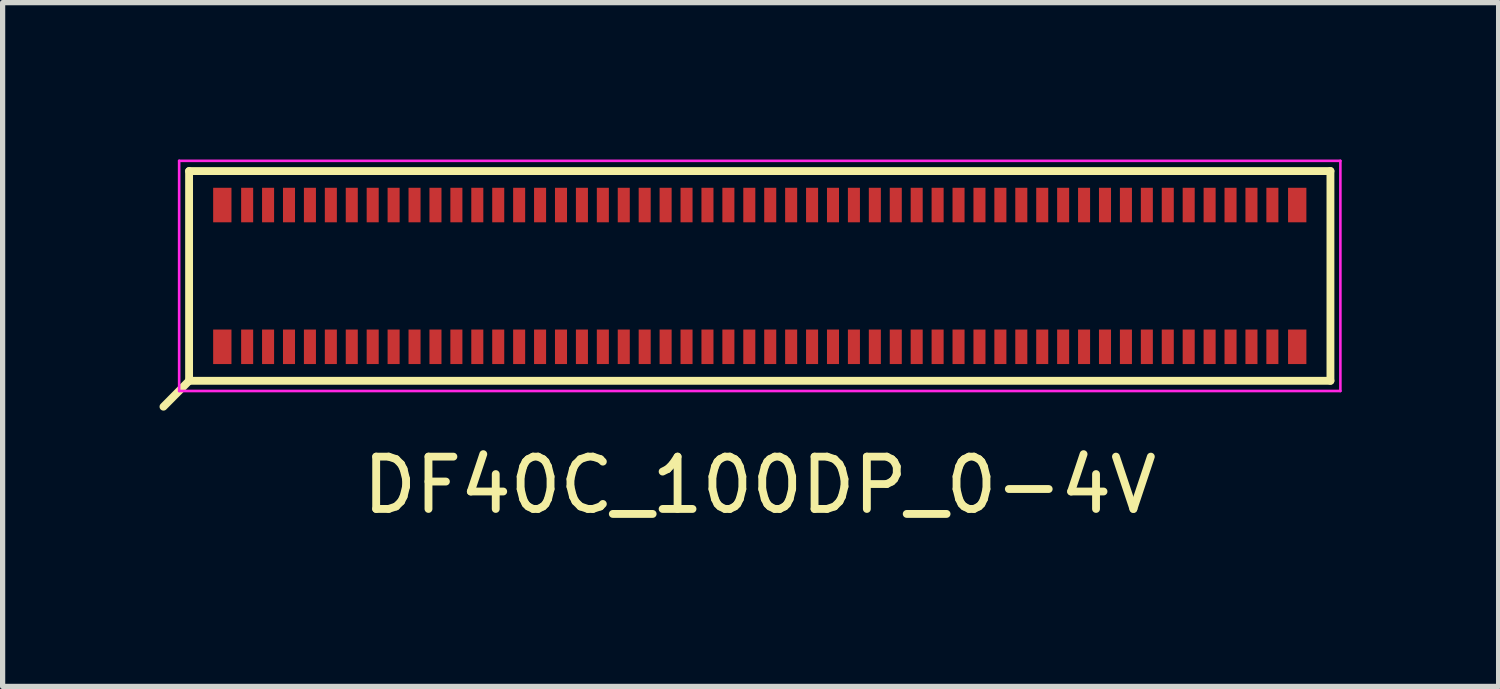
<source format=kicad_pcb>
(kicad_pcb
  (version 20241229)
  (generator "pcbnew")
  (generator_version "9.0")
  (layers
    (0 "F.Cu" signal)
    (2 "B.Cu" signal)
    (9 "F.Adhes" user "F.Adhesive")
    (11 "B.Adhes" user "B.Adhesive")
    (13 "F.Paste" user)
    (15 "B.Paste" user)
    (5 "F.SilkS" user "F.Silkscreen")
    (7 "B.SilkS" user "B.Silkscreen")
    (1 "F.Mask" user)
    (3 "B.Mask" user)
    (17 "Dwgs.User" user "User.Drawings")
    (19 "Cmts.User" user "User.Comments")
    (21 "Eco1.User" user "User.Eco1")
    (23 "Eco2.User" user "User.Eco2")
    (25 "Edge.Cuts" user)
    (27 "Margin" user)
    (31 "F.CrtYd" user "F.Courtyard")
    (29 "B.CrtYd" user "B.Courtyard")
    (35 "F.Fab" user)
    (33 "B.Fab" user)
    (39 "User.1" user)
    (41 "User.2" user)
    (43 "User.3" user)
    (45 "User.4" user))
  (footprint "DF40C_100DP_0-4V"
    (layer "F.Cu")
    (at 11.475 2.225)
    (property "Reference" "DF40C_100DP_0-4V" (at 0 4 0) (layer "F.SilkS") (effects (font (size 1 1) (thickness 0.15))))
    (attr smd)
    (fp_line (start -10.91 -2.005) (end -10.91 2.005) (stroke (width 0.15) (type solid)) (layer "F.SilkS"))
    (fp_line (start -10.91 -2.005) (end 10.91 -2.005) (stroke (width 0.15) (type solid)) (layer "F.SilkS"))
    (fp_line (start -10.91 2.005) (end -11.4 2.5) (stroke (width 0.15) (type solid)) (layer "F.SilkS"))
    (fp_line (start 10.91 2.005) (end -10.91 2.005) (stroke (width 0.15) (type solid)) (layer "F.SilkS"))
    (fp_line (start 10.91 2.005) (end 10.91 -2.005) (stroke (width 0.15) (type solid)) (layer "F.SilkS"))
    (fp_line (start -11.1 -2.2) (end -11.1 2.2) (stroke (width 0.05) (type solid)) (layer "F.CrtYd"))
    (fp_line (start -11.1 -2.2) (end 11.1 -2.2) (stroke (width 0.05) (type solid)) (layer "F.CrtYd"))
    (fp_line (start 11.1 2.2) (end -11.1 2.2) (stroke (width 0.05) (type solid)) (layer "F.CrtYd"))
    (fp_line (start 11.1 2.2) (end 11.1 -2.2) (stroke (width 0.05) (type solid)) (layer "F.CrtYd"))
    (pad "1" smd rect (at -9.8 1.355) (size 0.23 0.66) (layers "F.Cu" "F.Mask" "F.Paste"))
    (pad "2" smd rect (at -9.8 -1.355) (size 0.23 0.66) (layers "F.Cu" "F.Mask" "F.Paste"))
    (pad "3" smd rect (at -9.4 1.355) (size 0.23 0.66) (layers "F.Cu" "F.Mask" "F.Paste"))
    (pad "4" smd rect (at -9.4 -1.355) (size 0.23 0.66) (layers "F.Cu" "F.Mask" "F.Paste"))
    (pad "5" smd rect (at -9 1.355) (size 0.23 0.66) (layers "F.Cu" "F.Mask" "F.Paste"))
    (pad "6" smd rect (at -9 -1.355) (size 0.23 0.66) (layers "F.Cu" "F.Mask" "F.Paste"))
    (pad "7" smd rect (at -8.6 1.355) (size 0.23 0.66) (layers "F.Cu" "F.Mask" "F.Paste"))
    (pad "8" smd rect (at -8.6 -1.355) (size 0.23 0.66) (layers "F.Cu" "F.Mask" "F.Paste"))
    (pad "9" smd rect (at -8.2 1.355) (size 0.23 0.66) (layers "F.Cu" "F.Mask" "F.Paste"))
    (pad "10" smd rect (at -8.2 -1.355) (size 0.23 0.66) (layers "F.Cu" "F.Mask" "F.Paste"))
    (pad "11" smd rect (at -7.8 1.355) (size 0.23 0.66) (layers "F.Cu" "F.Mask" "F.Paste"))
    (pad "12" smd rect (at -7.8 -1.355) (size 0.23 0.66) (layers "F.Cu" "F.Mask" "F.Paste"))
    (pad "13" smd rect (at -7.4 1.355) (size 0.23 0.66) (layers "F.Cu" "F.Mask" "F.Paste"))
    (pad "14" smd rect (at -7.4 -1.355) (size 0.23 0.66) (layers "F.Cu" "F.Mask" "F.Paste"))
    (pad "15" smd rect (at -7 1.355) (size 0.23 0.66) (layers "F.Cu" "F.Mask" "F.Paste"))
    (pad "16" smd rect (at -7 -1.355) (size 0.23 0.66) (layers "F.Cu" "F.Mask" "F.Paste"))
    (pad "17" smd rect (at -6.6 1.355) (size 0.23 0.66) (layers "F.Cu" "F.Mask" "F.Paste"))
    (pad "18" smd rect (at -6.6 -1.355) (size 0.23 0.66) (layers "F.Cu" "F.Mask" "F.Paste"))
    (pad "19" smd rect (at -6.2 1.355) (size 0.23 0.66) (layers "F.Cu" "F.Mask" "F.Paste"))
    (pad "20" smd rect (at -6.2 -1.355) (size 0.23 0.66) (layers "F.Cu" "F.Mask" "F.Paste"))
    (pad "21" smd rect (at -5.8 1.355) (size 0.23 0.66) (layers "F.Cu" "F.Mask" "F.Paste"))
    (pad "22" smd rect (at -5.8 -1.355) (size 0.23 0.66) (layers "F.Cu" "F.Mask" "F.Paste"))
    (pad "23" smd rect (at -5.4 1.355) (size 0.23 0.66) (layers "F.Cu" "F.Mask" "F.Paste"))
    (pad "24" smd rect (at -5.4 -1.355) (size 0.23 0.66) (layers "F.Cu" "F.Mask" "F.Paste"))
    (pad "25" smd rect (at -5 1.355) (size 0.23 0.66) (layers "F.Cu" "F.Mask" "F.Paste"))
    (pad "26" smd rect (at -5 -1.355) (size 0.23 0.66) (layers "F.Cu" "F.Mask" "F.Paste"))
    (pad "27" smd rect (at -4.6 1.355) (size 0.23 0.66) (layers "F.Cu" "F.Mask" "F.Paste"))
    (pad "28" smd rect (at -4.6 -1.355) (size 0.23 0.66) (layers "F.Cu" "F.Mask" "F.Paste"))
    (pad "29" smd rect (at -4.2 1.355) (size 0.23 0.66) (layers "F.Cu" "F.Mask" "F.Paste"))
    (pad "30" smd rect (at -4.2 -1.355) (size 0.23 0.66) (layers "F.Cu" "F.Mask" "F.Paste"))
    (pad "31" smd rect (at -3.8 1.355) (size 0.23 0.66) (layers "F.Cu" "F.Mask" "F.Paste"))
    (pad "32" smd rect (at -3.8 -1.355) (size 0.23 0.66) (layers "F.Cu" "F.Mask" "F.Paste"))
    (pad "33" smd rect (at -3.4 1.355) (size 0.23 0.66) (layers "F.Cu" "F.Mask" "F.Paste"))
    (pad "34" smd rect (at -3.4 -1.355) (size 0.23 0.66) (layers "F.Cu" "F.Mask" "F.Paste"))
    (pad "35" smd rect (at -3 1.355) (size 0.23 0.66) (layers "F.Cu" "F.Mask" "F.Paste"))
    (pad "36" smd rect (at -3 -1.355) (size 0.23 0.66) (layers "F.Cu" "F.Mask" "F.Paste"))
    (pad "37" smd rect (at -2.6 1.355) (size 0.23 0.66) (layers "F.Cu" "F.Mask" "F.Paste"))
    (pad "38" smd rect (at -2.6 -1.355) (size 0.23 0.66) (layers "F.Cu" "F.Mask" "F.Paste"))
    (pad "39" smd rect (at -2.2 1.355) (size 0.23 0.66) (layers "F.Cu" "F.Mask" "F.Paste"))
    (pad "40" smd rect (at -2.2 -1.355) (size 0.23 0.66) (layers "F.Cu" "F.Mask" "F.Paste"))
    (pad "41" smd rect (at -1.8 1.355) (size 0.23 0.66) (layers "F.Cu" "F.Mask" "F.Paste"))
    (pad "42" smd rect (at -1.8 -1.355) (size 0.23 0.66) (layers "F.Cu" "F.Mask" "F.Paste"))
    (pad "43" smd rect (at -1.4 1.355) (size 0.23 0.66) (layers "F.Cu" "F.Mask" "F.Paste"))
    (pad "44" smd rect (at -1.4 -1.355) (size 0.23 0.66) (layers "F.Cu" "F.Mask" "F.Paste"))
    (pad "45" smd rect (at -1 1.355) (size 0.23 0.66) (layers "F.Cu" "F.Mask" "F.Paste"))
    (pad "46" smd rect (at -1 -1.355) (size 0.23 0.66) (layers "F.Cu" "F.Mask" "F.Paste"))
    (pad "47" smd rect (at -0.6 1.355) (size 0.23 0.66) (layers "F.Cu" "F.Mask" "F.Paste"))
    (pad "48" smd rect (at -0.6 -1.355) (size 0.23 0.66) (layers "F.Cu" "F.Mask" "F.Paste"))
    (pad "49" smd rect (at -0.2 1.355) (size 0.23 0.66) (layers "F.Cu" "F.Mask" "F.Paste"))
    (pad "50" smd rect (at -0.2 -1.355) (size 0.23 0.66) (layers "F.Cu" "F.Mask" "F.Paste"))
    (pad "51" smd rect (at 0.2 1.355) (size 0.23 0.66) (layers "F.Cu" "F.Mask" "F.Paste"))
    (pad "52" smd rect (at 0.2 -1.355) (size 0.23 0.66) (layers "F.Cu" "F.Mask" "F.Paste"))
    (pad "53" smd rect (at 0.6 1.355) (size 0.23 0.66) (layers "F.Cu" "F.Mask" "F.Paste"))
    (pad "54" smd rect (at 0.6 -1.355) (size 0.23 0.66) (layers "F.Cu" "F.Mask" "F.Paste"))
    (pad "55" smd rect (at 1 1.355) (size 0.23 0.66) (layers "F.Cu" "F.Mask" "F.Paste"))
    (pad "56" smd rect (at 1 -1.355) (size 0.23 0.66) (layers "F.Cu" "F.Mask" "F.Paste"))
    (pad "57" smd rect (at 1.4 1.355) (size 0.23 0.66) (layers "F.Cu" "F.Mask" "F.Paste"))
    (pad "58" smd rect (at 1.4 -1.355) (size 0.23 0.66) (layers "F.Cu" "F.Mask" "F.Paste"))
    (pad "59" smd rect (at 1.8 1.355) (size 0.23 0.66) (layers "F.Cu" "F.Mask" "F.Paste"))
    (pad "60" smd rect (at 1.8 -1.355) (size 0.23 0.66) (layers "F.Cu" "F.Mask" "F.Paste"))
    (pad "61" smd rect (at 2.2 1.355) (size 0.23 0.66) (layers "F.Cu" "F.Mask" "F.Paste"))
    (pad "62" smd rect (at 2.2 -1.355) (size 0.23 0.66) (layers "F.Cu" "F.Mask" "F.Paste"))
    (pad "63" smd rect (at 2.6 1.355) (size 0.23 0.66) (layers "F.Cu" "F.Mask" "F.Paste"))
    (pad "64" smd rect (at 2.6 -1.355) (size 0.23 0.66) (layers "F.Cu" "F.Mask" "F.Paste"))
    (pad "65" smd rect (at 3 1.355) (size 0.23 0.66) (layers "F.Cu" "F.Mask" "F.Paste"))
    (pad "66" smd rect (at 3 -1.355) (size 0.23 0.66) (layers "F.Cu" "F.Mask" "F.Paste"))
    (pad "67" smd rect (at 3.4 1.355) (size 0.23 0.66) (layers "F.Cu" "F.Mask" "F.Paste"))
    (pad "68" smd rect (at 3.4 -1.355) (size 0.23 0.66) (layers "F.Cu" "F.Mask" "F.Paste"))
    (pad "69" smd rect (at 3.8 1.355) (size 0.23 0.66) (layers "F.Cu" "F.Mask" "F.Paste"))
    (pad "70" smd rect (at 3.8 -1.355) (size 0.23 0.66) (layers "F.Cu" "F.Mask" "F.Paste"))
    (pad "71" smd rect (at 4.2 1.355) (size 0.23 0.66) (layers "F.Cu" "F.Mask" "F.Paste"))
    (pad "72" smd rect (at 4.2 -1.355) (size 0.23 0.66) (layers "F.Cu" "F.Mask" "F.Paste"))
    (pad "73" smd rect (at 4.6 1.355) (size 0.23 0.66) (layers "F.Cu" "F.Mask" "F.Paste"))
    (pad "74" smd rect (at 4.6 -1.355) (size 0.23 0.66) (layers "F.Cu" "F.Mask" "F.Paste"))
    (pad "75" smd rect (at 5 1.355) (size 0.23 0.66) (layers "F.Cu" "F.Mask" "F.Paste"))
    (pad "76" smd rect (at 5 -1.355) (size 0.23 0.66) (layers "F.Cu" "F.Mask" "F.Paste"))
    (pad "77" smd rect (at 5.4 1.355) (size 0.23 0.66) (layers "F.Cu" "F.Mask" "F.Paste"))
    (pad "78" smd rect (at 5.4 -1.355) (size 0.23 0.66) (layers "F.Cu" "F.Mask" "F.Paste"))
    (pad "79" smd rect (at 5.8 1.355) (size 0.23 0.66) (layers "F.Cu" "F.Mask" "F.Paste"))
    (pad "80" smd rect (at 5.8 -1.355) (size 0.23 0.66) (layers "F.Cu" "F.Mask" "F.Paste"))
    (pad "81" smd rect (at 6.2 1.355) (size 0.23 0.66) (layers "F.Cu" "F.Mask" "F.Paste"))
    (pad "82" smd rect (at 6.2 -1.355) (size 0.23 0.66) (layers "F.Cu" "F.Mask" "F.Paste"))
    (pad "83" smd rect (at 6.6 1.355) (size 0.23 0.66) (layers "F.Cu" "F.Mask" "F.Paste"))
    (pad "84" smd rect (at 6.6 -1.355) (size 0.23 0.66) (layers "F.Cu" "F.Mask" "F.Paste"))
    (pad "85" smd rect (at 7 1.355) (size 0.23 0.66) (layers "F.Cu" "F.Mask" "F.Paste"))
    (pad "86" smd rect (at 7 -1.355) (size 0.23 0.66) (layers "F.Cu" "F.Mask" "F.Paste"))
    (pad "87" smd rect (at 7.4 1.355) (size 0.23 0.66) (layers "F.Cu" "F.Mask" "F.Paste"))
    (pad "88" smd rect (at 7.4 -1.355) (size 0.23 0.66) (layers "F.Cu" "F.Mask" "F.Paste"))
    (pad "89" smd rect (at 7.8 1.355) (size 0.23 0.66) (layers "F.Cu" "F.Mask" "F.Paste"))
    (pad "90" smd rect (at 7.8 -1.355) (size 0.23 0.66) (layers "F.Cu" "F.Mask" "F.Paste"))
    (pad "91" smd rect (at 8.2 1.355) (size 0.23 0.66) (layers "F.Cu" "F.Mask" "F.Paste"))
    (pad "92" smd rect (at 8.2 -1.355) (size 0.23 0.66) (layers "F.Cu" "F.Mask" "F.Paste"))
    (pad "93" smd rect (at 8.6 1.355) (size 0.23 0.66) (layers "F.Cu" "F.Mask" "F.Paste"))
    (pad "94" smd rect (at 8.6 -1.355) (size 0.23 0.66) (layers "F.Cu" "F.Mask" "F.Paste"))
    (pad "95" smd rect (at 9 1.355) (size 0.23 0.66) (layers "F.Cu" "F.Mask" "F.Paste"))
    (pad "96" smd rect (at 9 -1.355) (size 0.23 0.66) (layers "F.Cu" "F.Mask" "F.Paste"))
    (pad "97" smd rect (at 9.4 1.355) (size 0.23 0.66) (layers "F.Cu" "F.Mask" "F.Paste"))
    (pad "98" smd rect (at 9.4 -1.355) (size 0.23 0.66) (layers "F.Cu" "F.Mask" "F.Paste"))
    (pad "99" smd rect (at 9.8 1.355) (size 0.23 0.66) (layers "F.Cu" "F.Mask" "F.Paste"))
    (pad "100" smd rect (at 9.8 -1.355) (size 0.23 0.66) (layers "F.Cu" "F.Mask" "F.Paste"))
    (pad "GND" smd rect (at -10.275 -1.355) (size 0.35 0.66) (layers "F.Cu" "F.Mask" "F.Paste"))
    (pad "GND" smd rect (at -10.275 1.355) (size 0.35 0.66) (layers "F.Cu" "F.Mask" "F.Paste"))
    (pad "GND" smd rect (at 10.275 -1.355) (size 0.35 0.66) (layers "F.Cu" "F.Mask" "F.Paste"))
    (pad "GND" smd rect (at 10.275 1.355) (size 0.35 0.66) (layers "F.Cu" "F.Mask" "F.Paste")))
  (gr_rect
    (start -3 -3)
    (end 25.6 10.073)
    (stroke (width 0.1) (type default))
    (fill no)
    (layer "Edge.Cuts")))
</source>
